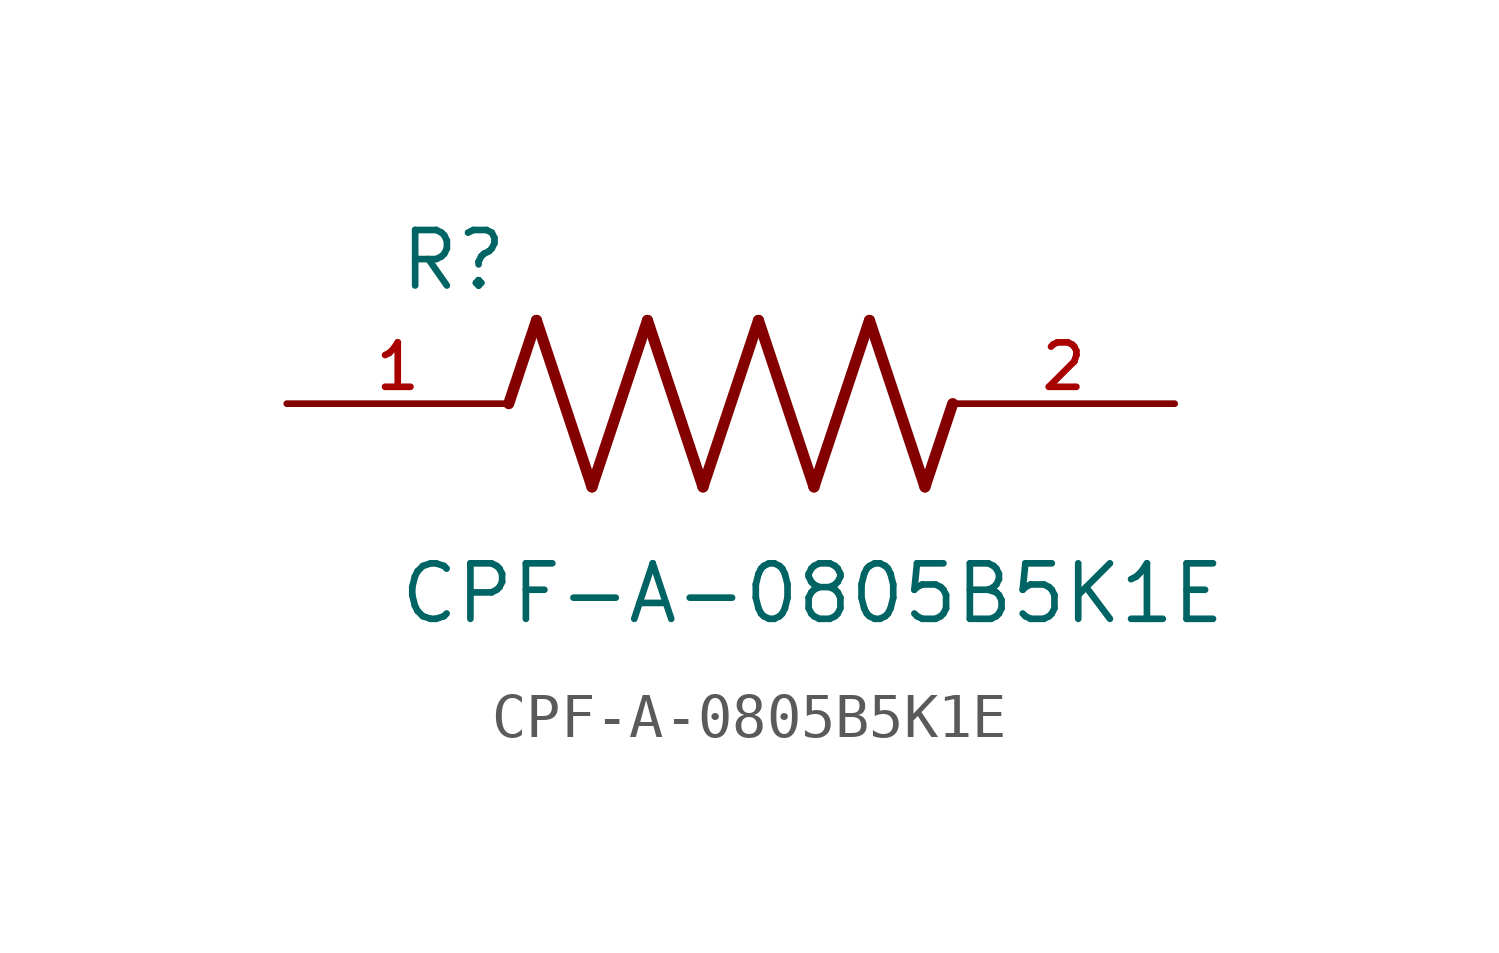
<source format=kicad_sym>
(kicad_symbol_lib
  (version 20211014)
  (generator kicad_symbol_editor)
  (symbol "CPF-A-0805B5K1E"
    (pin_names
      (offset 1.016))
    (property "Reference" "R"
      (at -7.624 2.541 0)
      (effects (font (size 1.27 1.27)) (justify bottom left)))
    (property "Value" "CPF-A-0805B5K1E"
      (at -7.63 -5.087 0)
      (effects (font (size 1.27 1.27)) (justify bottom left)))
    (symbol "CPF-A-0805B5K1E_0_0"
      (polyline (pts (xy -5.08 0.0) (xy -4.445 1.905)) (stroke (width 0.254)))
      (polyline (pts (xy -4.445 1.905) (xy -3.175 -1.905)) (stroke (width 0.254)))
      (polyline (pts (xy -3.175 -1.905) (xy -1.905 1.905)) (stroke (width 0.254)))
      (polyline (pts (xy -1.905 1.905) (xy -0.635 -1.905)) (stroke (width 0.254)))
      (polyline (pts (xy -0.635 -1.905) (xy 0.635 1.905)) (stroke (width 0.254)))
      (polyline (pts (xy 0.635 1.905) (xy 1.905 -1.905)) (stroke (width 0.254)))
      (polyline (pts (xy 1.905 -1.905) (xy 3.175 1.905)) (stroke (width 0.254)))
      (polyline (pts (xy 3.175 1.905) (xy 4.445 -1.905)) (stroke (width 0.254)))
      (polyline (pts (xy 4.445 -1.905) (xy 5.08 0.0)) (stroke (width 0.254)))
      (pin passive line (at -10.16 0.0 0) (length 5.08) (name "~" (effects (font (size 1.016 1.016)))) (number "1" (effects (font (size 1.016 1.016)))))
      (pin passive line (at 10.16 0.0 180.0) (length 5.08) (name "~" (effects (font (size 1.016 1.016)))) (number "2" (effects (font (size 1.016 1.016))))))))
</source>
